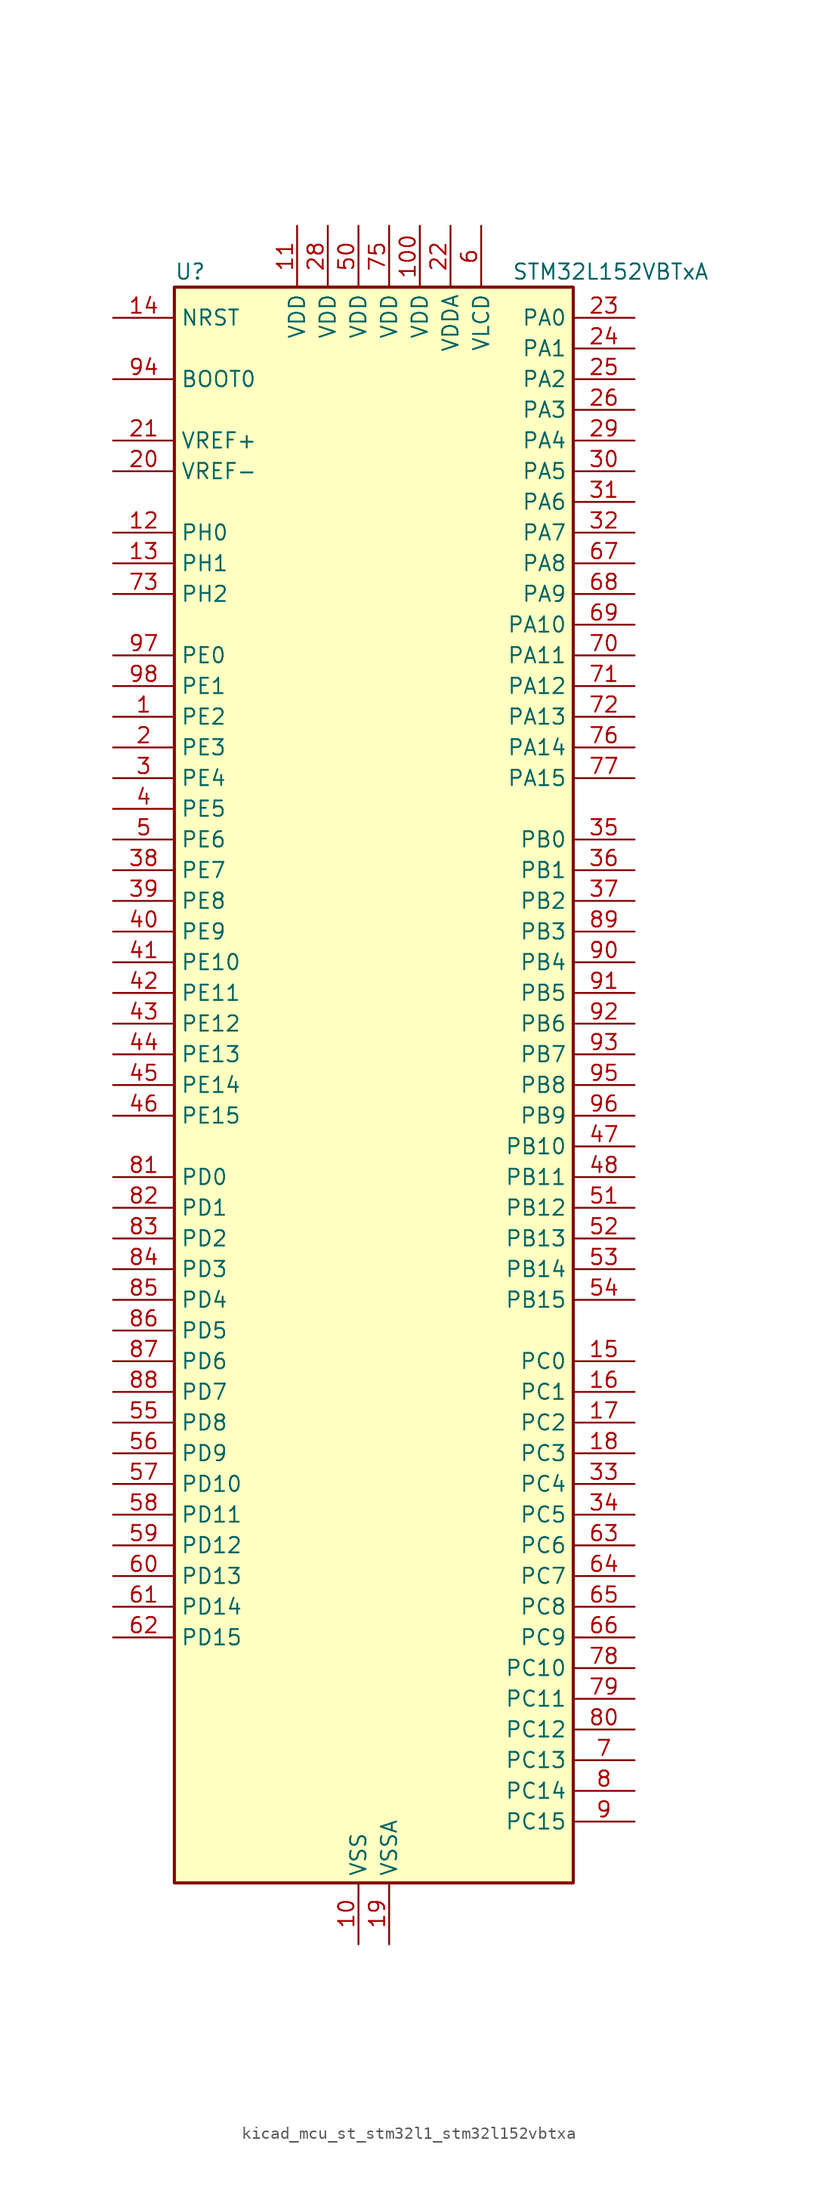
<source format=kicad_sym>
(kicad_symbol_lib
  (version 20220914)
  (generator kicad_symbol_editor)
  (symbol "kicad_mcu_st_stm32l1_stm32l152vbtxa"
    (property "Reference" "U"
      (at -15.24 67.31 0)
      (effects (font (size 1.27 1.27)) (justify left)))
    (property "Value" "STM32L152VBTxA"
      (at 12.7 67.31 0)
      (effects (font (size 1.27 1.27)) (justify left)))
    (property "ki_locked" ""
      (at 0 0 0)
      (effects (font (size 1.27 1.27))))
    (symbol "kicad_mcu_st_stm32l1_stm32l152vbtxa_0_1"
      (rectangle (start -15.24 -66.04) (end 17.78 66.04) (stroke (width 0.254) (type default)) (fill (type background))))
    (symbol "kicad_mcu_st_stm32l1_stm32l152vbtxa_1_1"
      (pin bidirectional line (at -20.32 30.48 0) (length 5.08) (name "PE2" (effects (font (size 1.27 1.27)))) (number "1" (effects (font (size 1.27 1.27)))) (alternate "LCD_SEG38" bidirectional line) (alternate "SYS_TRACECK" bidirectional line) (alternate "TIM3_ETR" bidirectional line) (alternate "TIMX_IC3" bidirectional line))
      (pin power_in line (at 0 -71.12 90) (length 5.08) (name "VSS" (effects (font (size 1.27 1.27)))) (number "10" (effects (font (size 1.27 1.27)))))
      (pin power_in line (at 5.08 71.12 270) (length 5.08) (name "VDD" (effects (font (size 1.27 1.27)))) (number "100" (effects (font (size 1.27 1.27)))))
      (pin power_in line (at -5.08 71.12 270) (length 5.08) (name "VDD" (effects (font (size 1.27 1.27)))) (number "11" (effects (font (size 1.27 1.27)))))
      (pin bidirectional line (at -20.32 45.72 0) (length 5.08) (name "PH0" (effects (font (size 1.27 1.27)))) (number "12" (effects (font (size 1.27 1.27)))) (alternate "RCC_OSC_IN" bidirectional line))
      (pin bidirectional line (at -20.32 43.18 0) (length 5.08) (name "PH1" (effects (font (size 1.27 1.27)))) (number "13" (effects (font (size 1.27 1.27)))) (alternate "RCC_OSC_OUT" bidirectional line))
      (pin input line (at -20.32 63.5 0) (length 5.08) (name "NRST" (effects (font (size 1.27 1.27)))) (number "14" (effects (font (size 1.27 1.27)))))
      (pin bidirectional line (at 22.86 -22.86 180) (length 5.08) (name "PC0" (effects (font (size 1.27 1.27)))) (number "15" (effects (font (size 1.27 1.27)))) (alternate "ADC_IN10" bidirectional line) (alternate "COMP1_INP" bidirectional line) (alternate "LCD_SEG18" bidirectional line) (alternate "TIMX_IC1" bidirectional line) (alternate "TS_G8_IO1" bidirectional line))
      (pin bidirectional line (at 22.86 -25.4 180) (length 5.08) (name "PC1" (effects (font (size 1.27 1.27)))) (number "16" (effects (font (size 1.27 1.27)))) (alternate "ADC_IN11" bidirectional line) (alternate "COMP1_INP" bidirectional line) (alternate "LCD_SEG19" bidirectional line) (alternate "TIMX_IC2" bidirectional line) (alternate "TS_G8_IO2" bidirectional line))
      (pin bidirectional line (at 22.86 -27.94 180) (length 5.08) (name "PC2" (effects (font (size 1.27 1.27)))) (number "17" (effects (font (size 1.27 1.27)))) (alternate "ADC_IN12" bidirectional line) (alternate "COMP1_INP" bidirectional line) (alternate "LCD_SEG20" bidirectional line) (alternate "TIMX_IC3" bidirectional line) (alternate "TS_G8_IO3" bidirectional line))
      (pin bidirectional line (at 22.86 -30.48 180) (length 5.08) (name "PC3" (effects (font (size 1.27 1.27)))) (number "18" (effects (font (size 1.27 1.27)))) (alternate "ADC_IN13" bidirectional line) (alternate "COMP1_INP" bidirectional line) (alternate "LCD_SEG21" bidirectional line) (alternate "TIMX_IC4" bidirectional line) (alternate "TS_G8_IO4" bidirectional line))
      (pin power_in line (at 2.54 -71.12 90) (length 5.08) (name "VSSA" (effects (font (size 1.27 1.27)))) (number "19" (effects (font (size 1.27 1.27)))))
      (pin bidirectional line (at -20.32 27.94 0) (length 5.08) (name "PE3" (effects (font (size 1.27 1.27)))) (number "2" (effects (font (size 1.27 1.27)))) (alternate "LCD_SEG39" bidirectional line) (alternate "SYS_TRACED0" bidirectional line) (alternate "TIM3_CH1" bidirectional line) (alternate "TIMX_IC4" bidirectional line))
      (pin input line (at -20.32 50.8 0) (length 5.08) (name "VREF-" (effects (font (size 1.27 1.27)))) (number "20" (effects (font (size 1.27 1.27)))))
      (pin input line (at -20.32 53.34 0) (length 5.08) (name "VREF+" (effects (font (size 1.27 1.27)))) (number "21" (effects (font (size 1.27 1.27)))))
      (pin power_in line (at 7.62 71.12 270) (length 5.08) (name "VDDA" (effects (font (size 1.27 1.27)))) (number "22" (effects (font (size 1.27 1.27)))))
      (pin bidirectional line (at 22.86 63.5 180) (length 5.08) (name "PA0" (effects (font (size 1.27 1.27)))) (number "23" (effects (font (size 1.27 1.27)))) (alternate "ADC_IN0" bidirectional line) (alternate "COMP1_INP" bidirectional line) (alternate "RTC_TAMP2" bidirectional line) (alternate "SYS_WKUP1" bidirectional line) (alternate "TIM2_CH1" bidirectional line) (alternate "TIM2_ETR" bidirectional line) (alternate "TIMX_IC1" bidirectional line) (alternate "TS_G1_IO1" bidirectional line) (alternate "USART2_CTS" bidirectional line))
      (pin bidirectional line (at 22.86 60.96 180) (length 5.08) (name "PA1" (effects (font (size 1.27 1.27)))) (number "24" (effects (font (size 1.27 1.27)))) (alternate "ADC_IN1" bidirectional line) (alternate "COMP1_INP" bidirectional line) (alternate "LCD_SEG0" bidirectional line) (alternate "TIM2_CH2" bidirectional line) (alternate "TIMX_IC2" bidirectional line) (alternate "TS_G1_IO2" bidirectional line) (alternate "USART2_RTS" bidirectional line))
      (pin bidirectional line (at 22.86 58.42 180) (length 5.08) (name "PA2" (effects (font (size 1.27 1.27)))) (number "25" (effects (font (size 1.27 1.27)))) (alternate "ADC_IN2" bidirectional line) (alternate "COMP1_INP" bidirectional line) (alternate "LCD_SEG1" bidirectional line) (alternate "TIM2_CH3" bidirectional line) (alternate "TIM9_CH1" bidirectional line) (alternate "TIMX_IC3" bidirectional line) (alternate "TS_G1_IO3" bidirectional line) (alternate "USART2_TX" bidirectional line))
      (pin bidirectional line (at 22.86 55.88 180) (length 5.08) (name "PA3" (effects (font (size 1.27 1.27)))) (number "26" (effects (font (size 1.27 1.27)))) (alternate "ADC_IN3" bidirectional line) (alternate "COMP1_INP" bidirectional line) (alternate "LCD_SEG2" bidirectional line) (alternate "TIM2_CH4" bidirectional line) (alternate "TIM9_CH2" bidirectional line) (alternate "TIMX_IC4" bidirectional line) (alternate "TS_G1_IO4" bidirectional line) (alternate "USART2_RX" bidirectional line))
      (pin passive line (at 0 -71.12 90) (length 5.08) hide (name "VSS" (effects (font (size 1.27 1.27)))) (number "27" (effects (font (size 1.27 1.27)))))
      (pin power_in line (at -2.54 71.12 270) (length 5.08) (name "VDD" (effects (font (size 1.27 1.27)))) (number "28" (effects (font (size 1.27 1.27)))))
      (pin bidirectional line (at 22.86 53.34 180) (length 5.08) (name "PA4" (effects (font (size 1.27 1.27)))) (number "29" (effects (font (size 1.27 1.27)))) (alternate "ADC_IN4" bidirectional line) (alternate "COMP1_INP" bidirectional line) (alternate "DAC_OUT1" bidirectional line) (alternate "SPI1_NSS" bidirectional line) (alternate "TIMX_IC1" bidirectional line) (alternate "USART2_CK" bidirectional line))
      (pin bidirectional line (at -20.32 25.4 0) (length 5.08) (name "PE4" (effects (font (size 1.27 1.27)))) (number "3" (effects (font (size 1.27 1.27)))) (alternate "SYS_TRACED1" bidirectional line) (alternate "TIM3_CH2" bidirectional line) (alternate "TIMX_IC1" bidirectional line))
      (pin bidirectional line (at 22.86 50.8 180) (length 5.08) (name "PA5" (effects (font (size 1.27 1.27)))) (number "30" (effects (font (size 1.27 1.27)))) (alternate "ADC_IN5" bidirectional line) (alternate "COMP1_INP" bidirectional line) (alternate "DAC_OUT2" bidirectional line) (alternate "SPI1_SCK" bidirectional line) (alternate "TIM2_CH1" bidirectional line) (alternate "TIM2_ETR" bidirectional line) (alternate "TIMX_IC2" bidirectional line))
      (pin bidirectional line (at 22.86 48.26 180) (length 5.08) (name "PA6" (effects (font (size 1.27 1.27)))) (number "31" (effects (font (size 1.27 1.27)))) (alternate "ADC_IN6" bidirectional line) (alternate "COMP1_INP" bidirectional line) (alternate "LCD_SEG3" bidirectional line) (alternate "SPI1_MISO" bidirectional line) (alternate "TIM10_CH1" bidirectional line) (alternate "TIM3_CH1" bidirectional line) (alternate "TIMX_IC3" bidirectional line) (alternate "TS_G2_IO1" bidirectional line))
      (pin bidirectional line (at 22.86 45.72 180) (length 5.08) (name "PA7" (effects (font (size 1.27 1.27)))) (number "32" (effects (font (size 1.27 1.27)))) (alternate "ADC_IN7" bidirectional line) (alternate "COMP1_INP" bidirectional line) (alternate "LCD_SEG4" bidirectional line) (alternate "SPI1_MOSI" bidirectional line) (alternate "TIM11_CH1" bidirectional line) (alternate "TIM3_CH2" bidirectional line) (alternate "TIMX_IC4" bidirectional line) (alternate "TS_G2_IO2" bidirectional line))
      (pin bidirectional line (at 22.86 -33.02 180) (length 5.08) (name "PC4" (effects (font (size 1.27 1.27)))) (number "33" (effects (font (size 1.27 1.27)))) (alternate "ADC_IN14" bidirectional line) (alternate "COMP1_INP" bidirectional line) (alternate "LCD_SEG22" bidirectional line) (alternate "TIMX_IC1" bidirectional line) (alternate "TS_G9_IO1" bidirectional line))
      (pin bidirectional line (at 22.86 -35.56 180) (length 5.08) (name "PC5" (effects (font (size 1.27 1.27)))) (number "34" (effects (font (size 1.27 1.27)))) (alternate "ADC_IN15" bidirectional line) (alternate "COMP1_INP" bidirectional line) (alternate "LCD_SEG23" bidirectional line) (alternate "TIMX_IC2" bidirectional line) (alternate "TS_G9_IO2" bidirectional line))
      (pin bidirectional line (at 22.86 20.32 180) (length 5.08) (name "PB0" (effects (font (size 1.27 1.27)))) (number "35" (effects (font (size 1.27 1.27)))) (alternate "ADC_IN8" bidirectional line) (alternate "COMP1_INP" bidirectional line) (alternate "LCD_SEG5" bidirectional line) (alternate "SYS_V_REF_OUT" bidirectional line) (alternate "TIM3_CH3" bidirectional line) (alternate "TS_G3_IO1" bidirectional line))
      (pin bidirectional line (at 22.86 17.78 180) (length 5.08) (name "PB1" (effects (font (size 1.27 1.27)))) (number "36" (effects (font (size 1.27 1.27)))) (alternate "ADC_IN9" bidirectional line) (alternate "COMP1_INP" bidirectional line) (alternate "LCD_SEG6" bidirectional line) (alternate "SYS_V_REF_OUT" bidirectional line) (alternate "TIM3_CH4" bidirectional line) (alternate "TS_G3_IO2" bidirectional line))
      (pin bidirectional line (at 22.86 15.24 180) (length 5.08) (name "PB2" (effects (font (size 1.27 1.27)))) (number "37" (effects (font (size 1.27 1.27)))) (alternate "TS_G3_IO3" bidirectional line))
      (pin bidirectional line (at -20.32 17.78 0) (length 5.08) (name "PE7" (effects (font (size 1.27 1.27)))) (number "38" (effects (font (size 1.27 1.27)))) (alternate "ADC_IN22" bidirectional line) (alternate "COMP1_INP" bidirectional line) (alternate "TIMX_IC4" bidirectional line))
      (pin bidirectional line (at -20.32 15.24 0) (length 5.08) (name "PE8" (effects (font (size 1.27 1.27)))) (number "39" (effects (font (size 1.27 1.27)))) (alternate "ADC_IN23" bidirectional line) (alternate "COMP1_INP" bidirectional line) (alternate "TIMX_IC1" bidirectional line))
      (pin bidirectional line (at -20.32 22.86 0) (length 5.08) (name "PE5" (effects (font (size 1.27 1.27)))) (number "4" (effects (font (size 1.27 1.27)))) (alternate "SYS_TRACED2" bidirectional line) (alternate "TIM9_CH1" bidirectional line) (alternate "TIMX_IC2" bidirectional line))
      (pin bidirectional line (at -20.32 12.7 0) (length 5.08) (name "PE9" (effects (font (size 1.27 1.27)))) (number "40" (effects (font (size 1.27 1.27)))) (alternate "ADC_IN24" bidirectional line) (alternate "COMP1_INP" bidirectional line) (alternate "DAC_EXTI9" bidirectional line) (alternate "TIM2_CH1" bidirectional line) (alternate "TIM2_ETR" bidirectional line) (alternate "TIMX_IC2" bidirectional line))
      (pin bidirectional line (at -20.32 10.16 0) (length 5.08) (name "PE10" (effects (font (size 1.27 1.27)))) (number "41" (effects (font (size 1.27 1.27)))) (alternate "ADC_IN25" bidirectional line) (alternate "COMP1_INP" bidirectional line) (alternate "TIM2_CH2" bidirectional line) (alternate "TIMX_IC3" bidirectional line))
      (pin bidirectional line (at -20.32 7.62 0) (length 5.08) (name "PE11" (effects (font (size 1.27 1.27)))) (number "42" (effects (font (size 1.27 1.27)))) (alternate "ADC_EXTI11" bidirectional line) (alternate "TIM2_CH3" bidirectional line) (alternate "TIMX_IC4" bidirectional line))
      (pin bidirectional line (at -20.32 5.08 0) (length 5.08) (name "PE12" (effects (font (size 1.27 1.27)))) (number "43" (effects (font (size 1.27 1.27)))) (alternate "SPI1_NSS" bidirectional line) (alternate "TIM2_CH4" bidirectional line) (alternate "TIMX_IC1" bidirectional line))
      (pin bidirectional line (at -20.32 2.54 0) (length 5.08) (name "PE13" (effects (font (size 1.27 1.27)))) (number "44" (effects (font (size 1.27 1.27)))) (alternate "SPI1_SCK" bidirectional line) (alternate "TIMX_IC2" bidirectional line))
      (pin bidirectional line (at -20.32 0 0) (length 5.08) (name "PE14" (effects (font (size 1.27 1.27)))) (number "45" (effects (font (size 1.27 1.27)))) (alternate "SPI1_MISO" bidirectional line) (alternate "TIMX_IC3" bidirectional line))
      (pin bidirectional line (at -20.32 -2.54 0) (length 5.08) (name "PE15" (effects (font (size 1.27 1.27)))) (number "46" (effects (font (size 1.27 1.27)))) (alternate "ADC_EXTI15" bidirectional line) (alternate "SPI1_MOSI" bidirectional line) (alternate "TIMX_IC4" bidirectional line))
      (pin bidirectional line (at 22.86 -5.08 180) (length 5.08) (name "PB10" (effects (font (size 1.27 1.27)))) (number "47" (effects (font (size 1.27 1.27)))) (alternate "I2C2_SCL" bidirectional line) (alternate "LCD_SEG10" bidirectional line) (alternate "TIM2_CH3" bidirectional line) (alternate "USART3_TX" bidirectional line))
      (pin bidirectional line (at 22.86 -7.62 180) (length 5.08) (name "PB11" (effects (font (size 1.27 1.27)))) (number "48" (effects (font (size 1.27 1.27)))) (alternate "ADC_EXTI11" bidirectional line) (alternate "I2C2_SDA" bidirectional line) (alternate "LCD_SEG11" bidirectional line) (alternate "TIM2_CH4" bidirectional line) (alternate "USART3_RX" bidirectional line))
      (pin passive line (at 0 -71.12 90) (length 5.08) hide (name "VSS" (effects (font (size 1.27 1.27)))) (number "49" (effects (font (size 1.27 1.27)))))
      (pin bidirectional line (at -20.32 20.32 0) (length 5.08) (name "PE6" (effects (font (size 1.27 1.27)))) (number "5" (effects (font (size 1.27 1.27)))) (alternate "RTC_TAMP3" bidirectional line) (alternate "SYS_TRACED3" bidirectional line) (alternate "SYS_WKUP3" bidirectional line) (alternate "TIM9_CH2" bidirectional line) (alternate "TIMX_IC3" bidirectional line))
      (pin power_in line (at 0 71.12 270) (length 5.08) (name "VDD" (effects (font (size 1.27 1.27)))) (number "50" (effects (font (size 1.27 1.27)))))
      (pin bidirectional line (at 22.86 -10.16 180) (length 5.08) (name "PB12" (effects (font (size 1.27 1.27)))) (number "51" (effects (font (size 1.27 1.27)))) (alternate "ADC_IN18" bidirectional line) (alternate "COMP1_INP" bidirectional line) (alternate "I2C2_SMBA" bidirectional line) (alternate "LCD_SEG12" bidirectional line) (alternate "SPI2_NSS" bidirectional line) (alternate "TIM10_CH1" bidirectional line) (alternate "TS_G7_IO1" bidirectional line) (alternate "USART3_CK" bidirectional line))
      (pin bidirectional line (at 22.86 -12.7 180) (length 5.08) (name "PB13" (effects (font (size 1.27 1.27)))) (number "52" (effects (font (size 1.27 1.27)))) (alternate "ADC_IN19" bidirectional line) (alternate "COMP1_INP" bidirectional line) (alternate "LCD_SEG13" bidirectional line) (alternate "SPI2_SCK" bidirectional line) (alternate "TIM9_CH1" bidirectional line) (alternate "TS_G7_IO2" bidirectional line) (alternate "USART3_CTS" bidirectional line))
      (pin bidirectional line (at 22.86 -15.24 180) (length 5.08) (name "PB14" (effects (font (size 1.27 1.27)))) (number "53" (effects (font (size 1.27 1.27)))) (alternate "ADC_IN20" bidirectional line) (alternate "COMP1_INP" bidirectional line) (alternate "LCD_SEG14" bidirectional line) (alternate "SPI2_MISO" bidirectional line) (alternate "TIM9_CH2" bidirectional line) (alternate "TS_G7_IO3" bidirectional line) (alternate "USART3_RTS" bidirectional line))
      (pin bidirectional line (at 22.86 -17.78 180) (length 5.08) (name "PB15" (effects (font (size 1.27 1.27)))) (number "54" (effects (font (size 1.27 1.27)))) (alternate "ADC_EXTI15" bidirectional line) (alternate "ADC_IN21" bidirectional line) (alternate "COMP1_INP" bidirectional line) (alternate "LCD_SEG15" bidirectional line) (alternate "RTC_REFIN" bidirectional line) (alternate "SPI2_MOSI" bidirectional line) (alternate "TIM11_CH1" bidirectional line) (alternate "TS_G7_IO4" bidirectional line))
      (pin bidirectional line (at -20.32 -27.94 0) (length 5.08) (name "PD8" (effects (font (size 1.27 1.27)))) (number "55" (effects (font (size 1.27 1.27)))) (alternate "LCD_SEG28" bidirectional line) (alternate "TIMX_IC1" bidirectional line) (alternate "USART3_TX" bidirectional line))
      (pin bidirectional line (at -20.32 -30.48 0) (length 5.08) (name "PD9" (effects (font (size 1.27 1.27)))) (number "56" (effects (font (size 1.27 1.27)))) (alternate "DAC_EXTI9" bidirectional line) (alternate "LCD_SEG29" bidirectional line) (alternate "TIMX_IC2" bidirectional line) (alternate "USART3_RX" bidirectional line))
      (pin bidirectional line (at -20.32 -33.02 0) (length 5.08) (name "PD10" (effects (font (size 1.27 1.27)))) (number "57" (effects (font (size 1.27 1.27)))) (alternate "LCD_SEG30" bidirectional line) (alternate "TIMX_IC3" bidirectional line) (alternate "USART3_CK" bidirectional line))
      (pin bidirectional line (at -20.32 -35.56 0) (length 5.08) (name "PD11" (effects (font (size 1.27 1.27)))) (number "58" (effects (font (size 1.27 1.27)))) (alternate "ADC_EXTI11" bidirectional line) (alternate "LCD_SEG31" bidirectional line) (alternate "TIMX_IC4" bidirectional line) (alternate "USART3_CTS" bidirectional line))
      (pin bidirectional line (at -20.32 -38.1 0) (length 5.08) (name "PD12" (effects (font (size 1.27 1.27)))) (number "59" (effects (font (size 1.27 1.27)))) (alternate "LCD_SEG32" bidirectional line) (alternate "TIM4_CH1" bidirectional line) (alternate "TIMX_IC1" bidirectional line) (alternate "USART3_RTS" bidirectional line))
      (pin power_in line (at 10.16 71.12 270) (length 5.08) (name "VLCD" (effects (font (size 1.27 1.27)))) (number "6" (effects (font (size 1.27 1.27)))))
      (pin bidirectional line (at -20.32 -40.64 0) (length 5.08) (name "PD13" (effects (font (size 1.27 1.27)))) (number "60" (effects (font (size 1.27 1.27)))) (alternate "LCD_SEG33" bidirectional line) (alternate "TIM4_CH2" bidirectional line) (alternate "TIMX_IC2" bidirectional line))
      (pin bidirectional line (at -20.32 -43.18 0) (length 5.08) (name "PD14" (effects (font (size 1.27 1.27)))) (number "61" (effects (font (size 1.27 1.27)))) (alternate "LCD_SEG34" bidirectional line) (alternate "TIM4_CH3" bidirectional line) (alternate "TIMX_IC3" bidirectional line))
      (pin bidirectional line (at -20.32 -45.72 0) (length 5.08) (name "PD15" (effects (font (size 1.27 1.27)))) (number "62" (effects (font (size 1.27 1.27)))) (alternate "ADC_EXTI15" bidirectional line) (alternate "LCD_SEG35" bidirectional line) (alternate "TIM4_CH4" bidirectional line) (alternate "TIMX_IC4" bidirectional line))
      (pin bidirectional line (at 22.86 -38.1 180) (length 5.08) (name "PC6" (effects (font (size 1.27 1.27)))) (number "63" (effects (font (size 1.27 1.27)))) (alternate "LCD_SEG24" bidirectional line) (alternate "TIM3_CH1" bidirectional line) (alternate "TIMX_IC3" bidirectional line) (alternate "TS_G10_IO1" bidirectional line))
      (pin bidirectional line (at 22.86 -40.64 180) (length 5.08) (name "PC7" (effects (font (size 1.27 1.27)))) (number "64" (effects (font (size 1.27 1.27)))) (alternate "LCD_SEG25" bidirectional line) (alternate "TIM3_CH2" bidirectional line) (alternate "TIMX_IC4" bidirectional line) (alternate "TS_G10_IO2" bidirectional line))
      (pin bidirectional line (at 22.86 -43.18 180) (length 5.08) (name "PC8" (effects (font (size 1.27 1.27)))) (number "65" (effects (font (size 1.27 1.27)))) (alternate "LCD_SEG26" bidirectional line) (alternate "TIM3_CH3" bidirectional line) (alternate "TIMX_IC1" bidirectional line) (alternate "TS_G10_IO3" bidirectional line))
      (pin bidirectional line (at 22.86 -45.72 180) (length 5.08) (name "PC9" (effects (font (size 1.27 1.27)))) (number "66" (effects (font (size 1.27 1.27)))) (alternate "DAC_EXTI9" bidirectional line) (alternate "LCD_SEG27" bidirectional line) (alternate "TIM3_CH4" bidirectional line) (alternate "TIMX_IC2" bidirectional line) (alternate "TS_G10_IO4" bidirectional line))
      (pin bidirectional line (at 22.86 43.18 180) (length 5.08) (name "PA8" (effects (font (size 1.27 1.27)))) (number "67" (effects (font (size 1.27 1.27)))) (alternate "LCD_COM0" bidirectional line) (alternate "RCC_MCO" bidirectional line) (alternate "TIMX_IC1" bidirectional line) (alternate "TS_G4_IO1" bidirectional line) (alternate "USART1_CK" bidirectional line))
      (pin bidirectional line (at 22.86 40.64 180) (length 5.08) (name "PA9" (effects (font (size 1.27 1.27)))) (number "68" (effects (font (size 1.27 1.27)))) (alternate "DAC_EXTI9" bidirectional line) (alternate "LCD_COM1" bidirectional line) (alternate "TIMX_IC2" bidirectional line) (alternate "TS_G4_IO2" bidirectional line) (alternate "USART1_TX" bidirectional line))
      (pin bidirectional line (at 22.86 38.1 180) (length 5.08) (name "PA10" (effects (font (size 1.27 1.27)))) (number "69" (effects (font (size 1.27 1.27)))) (alternate "LCD_COM2" bidirectional line) (alternate "TIMX_IC3" bidirectional line) (alternate "TS_G4_IO3" bidirectional line) (alternate "USART1_RX" bidirectional line))
      (pin bidirectional line (at 22.86 -55.88 180) (length 5.08) (name "PC13" (effects (font (size 1.27 1.27)))) (number "7" (effects (font (size 1.27 1.27)))) (alternate "RTC_OUT_ALARM" bidirectional line) (alternate "RTC_OUT_CALIB" bidirectional line) (alternate "RTC_TAMP1" bidirectional line) (alternate "RTC_TS" bidirectional line) (alternate "SYS_WKUP2" bidirectional line) (alternate "TIMX_IC2" bidirectional line))
      (pin bidirectional line (at 22.86 35.56 180) (length 5.08) (name "PA11" (effects (font (size 1.27 1.27)))) (number "70" (effects (font (size 1.27 1.27)))) (alternate "ADC_EXTI11" bidirectional line) (alternate "SPI1_MISO" bidirectional line) (alternate "TIMX_IC4" bidirectional line) (alternate "USART1_CTS" bidirectional line) (alternate "USB_DM" bidirectional line))
      (pin bidirectional line (at 22.86 33.02 180) (length 5.08) (name "PA12" (effects (font (size 1.27 1.27)))) (number "71" (effects (font (size 1.27 1.27)))) (alternate "SPI1_MOSI" bidirectional line) (alternate "TIMX_IC1" bidirectional line) (alternate "USART1_RTS" bidirectional line) (alternate "USB_DP" bidirectional line))
      (pin bidirectional line (at 22.86 30.48 180) (length 5.08) (name "PA13" (effects (font (size 1.27 1.27)))) (number "72" (effects (font (size 1.27 1.27)))) (alternate "SYS_JTMS-SWDIO" bidirectional line) (alternate "TIMX_IC2" bidirectional line) (alternate "TS_G5_IO1" bidirectional line))
      (pin bidirectional line (at -20.32 40.64 0) (length 5.08) (name "PH2" (effects (font (size 1.27 1.27)))) (number "73" (effects (font (size 1.27 1.27)))))
      (pin passive line (at 0 -71.12 90) (length 5.08) hide (name "VSS" (effects (font (size 1.27 1.27)))) (number "74" (effects (font (size 1.27 1.27)))))
      (pin power_in line (at 2.54 71.12 270) (length 5.08) (name "VDD" (effects (font (size 1.27 1.27)))) (number "75" (effects (font (size 1.27 1.27)))))
      (pin bidirectional line (at 22.86 27.94 180) (length 5.08) (name "PA14" (effects (font (size 1.27 1.27)))) (number "76" (effects (font (size 1.27 1.27)))) (alternate "SYS_JTCK-SWCLK" bidirectional line) (alternate "TIMX_IC3" bidirectional line) (alternate "TS_G5_IO2" bidirectional line))
      (pin bidirectional line (at 22.86 25.4 180) (length 5.08) (name "PA15" (effects (font (size 1.27 1.27)))) (number "77" (effects (font (size 1.27 1.27)))) (alternate "ADC_EXTI15" bidirectional line) (alternate "LCD_SEG17" bidirectional line) (alternate "SPI1_NSS" bidirectional line) (alternate "SYS_JTDI" bidirectional line) (alternate "TIM2_CH1" bidirectional line) (alternate "TIM2_ETR" bidirectional line) (alternate "TIMX_IC4" bidirectional line) (alternate "TS_G5_IO3" bidirectional line))
      (pin bidirectional line (at 22.86 -48.26 180) (length 5.08) (name "PC10" (effects (font (size 1.27 1.27)))) (number "78" (effects (font (size 1.27 1.27)))) (alternate "LCD_COM4" bidirectional line) (alternate "LCD_SEG28" bidirectional line) (alternate "LCD_SEG40" bidirectional line) (alternate "TIMX_IC3" bidirectional line) (alternate "USART3_TX" bidirectional line))
      (pin bidirectional line (at 22.86 -50.8 180) (length 5.08) (name "PC11" (effects (font (size 1.27 1.27)))) (number "79" (effects (font (size 1.27 1.27)))) (alternate "ADC_EXTI11" bidirectional line) (alternate "LCD_COM5" bidirectional line) (alternate "LCD_SEG29" bidirectional line) (alternate "LCD_SEG41" bidirectional line) (alternate "TIMX_IC4" bidirectional line) (alternate "USART3_RX" bidirectional line))
      (pin bidirectional line (at 22.86 -58.42 180) (length 5.08) (name "PC14" (effects (font (size 1.27 1.27)))) (number "8" (effects (font (size 1.27 1.27)))) (alternate "RCC_OSC32_IN" bidirectional line) (alternate "TIMX_IC3" bidirectional line))
      (pin bidirectional line (at 22.86 -53.34 180) (length 5.08) (name "PC12" (effects (font (size 1.27 1.27)))) (number "80" (effects (font (size 1.27 1.27)))) (alternate "LCD_COM6" bidirectional line) (alternate "LCD_SEG30" bidirectional line) (alternate "LCD_SEG42" bidirectional line) (alternate "TIMX_IC1" bidirectional line) (alternate "USART3_CK" bidirectional line))
      (pin bidirectional line (at -20.32 -7.62 0) (length 5.08) (name "PD0" (effects (font (size 1.27 1.27)))) (number "81" (effects (font (size 1.27 1.27)))) (alternate "SPI2_NSS" bidirectional line) (alternate "TIM9_CH1" bidirectional line) (alternate "TIMX_IC1" bidirectional line))
      (pin bidirectional line (at -20.32 -10.16 0) (length 5.08) (name "PD1" (effects (font (size 1.27 1.27)))) (number "82" (effects (font (size 1.27 1.27)))) (alternate "SPI2_SCK" bidirectional line) (alternate "TIMX_IC2" bidirectional line))
      (pin bidirectional line (at -20.32 -12.7 0) (length 5.08) (name "PD2" (effects (font (size 1.27 1.27)))) (number "83" (effects (font (size 1.27 1.27)))) (alternate "LCD_COM7" bidirectional line) (alternate "LCD_SEG31" bidirectional line) (alternate "LCD_SEG43" bidirectional line) (alternate "TIM3_ETR" bidirectional line) (alternate "TIMX_IC3" bidirectional line))
      (pin bidirectional line (at -20.32 -15.24 0) (length 5.08) (name "PD3" (effects (font (size 1.27 1.27)))) (number "84" (effects (font (size 1.27 1.27)))) (alternate "SPI2_MISO" bidirectional line) (alternate "TIMX_IC4" bidirectional line) (alternate "USART2_CTS" bidirectional line))
      (pin bidirectional line (at -20.32 -17.78 0) (length 5.08) (name "PD4" (effects (font (size 1.27 1.27)))) (number "85" (effects (font (size 1.27 1.27)))) (alternate "SPI2_MOSI" bidirectional line) (alternate "TIMX_IC1" bidirectional line) (alternate "USART2_RTS" bidirectional line))
      (pin bidirectional line (at -20.32 -20.32 0) (length 5.08) (name "PD5" (effects (font (size 1.27 1.27)))) (number "86" (effects (font (size 1.27 1.27)))) (alternate "TIMX_IC2" bidirectional line) (alternate "USART2_TX" bidirectional line))
      (pin bidirectional line (at -20.32 -22.86 0) (length 5.08) (name "PD6" (effects (font (size 1.27 1.27)))) (number "87" (effects (font (size 1.27 1.27)))) (alternate "TIMX_IC3" bidirectional line) (alternate "USART2_RX" bidirectional line))
      (pin bidirectional line (at -20.32 -25.4 0) (length 5.08) (name "PD7" (effects (font (size 1.27 1.27)))) (number "88" (effects (font (size 1.27 1.27)))) (alternate "TIM9_CH2" bidirectional line) (alternate "TIMX_IC4" bidirectional line) (alternate "USART2_CK" bidirectional line))
      (pin bidirectional line (at 22.86 12.7 180) (length 5.08) (name "PB3" (effects (font (size 1.27 1.27)))) (number "89" (effects (font (size 1.27 1.27)))) (alternate "COMP2_INM" bidirectional line) (alternate "LCD_SEG7" bidirectional line) (alternate "SPI1_SCK" bidirectional line) (alternate "SYS_JTDO-TRACESWO" bidirectional line) (alternate "TIM2_CH2" bidirectional line))
      (pin bidirectional line (at 22.86 -60.96 180) (length 5.08) (name "PC15" (effects (font (size 1.27 1.27)))) (number "9" (effects (font (size 1.27 1.27)))) (alternate "ADC_EXTI15" bidirectional line) (alternate "RCC_OSC32_OUT" bidirectional line) (alternate "TIMX_IC4" bidirectional line))
      (pin bidirectional line (at 22.86 10.16 180) (length 5.08) (name "PB4" (effects (font (size 1.27 1.27)))) (number "90" (effects (font (size 1.27 1.27)))) (alternate "COMP2_INP" bidirectional line) (alternate "LCD_SEG8" bidirectional line) (alternate "SPI1_MISO" bidirectional line) (alternate "SYS_JTRST" bidirectional line) (alternate "TIM3_CH1" bidirectional line) (alternate "TS_G6_IO1" bidirectional line))
      (pin bidirectional line (at 22.86 7.62 180) (length 5.08) (name "PB5" (effects (font (size 1.27 1.27)))) (number "91" (effects (font (size 1.27 1.27)))) (alternate "COMP2_INP" bidirectional line) (alternate "I2C1_SMBA" bidirectional line) (alternate "LCD_SEG9" bidirectional line) (alternate "SPI1_MOSI" bidirectional line) (alternate "TIM3_CH2" bidirectional line) (alternate "TS_G6_IO2" bidirectional line))
      (pin bidirectional line (at 22.86 5.08 180) (length 5.08) (name "PB6" (effects (font (size 1.27 1.27)))) (number "92" (effects (font (size 1.27 1.27)))) (alternate "I2C1_SCL" bidirectional line) (alternate "TIM4_CH1" bidirectional line) (alternate "TS_G6_IO3" bidirectional line) (alternate "USART1_TX" bidirectional line))
      (pin bidirectional line (at 22.86 2.54 180) (length 5.08) (name "PB7" (effects (font (size 1.27 1.27)))) (number "93" (effects (font (size 1.27 1.27)))) (alternate "I2C1_SDA" bidirectional line) (alternate "SYS_PVD_IN" bidirectional line) (alternate "TIM4_CH2" bidirectional line) (alternate "TS_G6_IO4" bidirectional line) (alternate "USART1_RX" bidirectional line))
      (pin input line (at -20.32 58.42 0) (length 5.08) (name "BOOT0" (effects (font (size 1.27 1.27)))) (number "94" (effects (font (size 1.27 1.27)))))
      (pin bidirectional line (at 22.86 0 180) (length 5.08) (name "PB8" (effects (font (size 1.27 1.27)))) (number "95" (effects (font (size 1.27 1.27)))) (alternate "I2C1_SCL" bidirectional line) (alternate "LCD_SEG16" bidirectional line) (alternate "TIM10_CH1" bidirectional line) (alternate "TIM4_CH3" bidirectional line))
      (pin bidirectional line (at 22.86 -2.54 180) (length 5.08) (name "PB9" (effects (font (size 1.27 1.27)))) (number "96" (effects (font (size 1.27 1.27)))) (alternate "DAC_EXTI9" bidirectional line) (alternate "I2C1_SDA" bidirectional line) (alternate "LCD_COM3" bidirectional line) (alternate "TIM11_CH1" bidirectional line) (alternate "TIM4_CH4" bidirectional line))
      (pin bidirectional line (at -20.32 35.56 0) (length 5.08) (name "PE0" (effects (font (size 1.27 1.27)))) (number "97" (effects (font (size 1.27 1.27)))) (alternate "LCD_SEG36" bidirectional line) (alternate "TIM10_CH1" bidirectional line) (alternate "TIM4_ETR" bidirectional line) (alternate "TIMX_IC1" bidirectional line))
      (pin bidirectional line (at -20.32 33.02 0) (length 5.08) (name "PE1" (effects (font (size 1.27 1.27)))) (number "98" (effects (font (size 1.27 1.27)))) (alternate "LCD_SEG37" bidirectional line) (alternate "TIM11_CH1" bidirectional line) (alternate "TIMX_IC2" bidirectional line))
      (pin passive line (at 0 -71.12 90) (length 5.08) hide (name "VSS" (effects (font (size 1.27 1.27)))) (number "99" (effects (font (size 1.27 1.27))))))))
</source>
